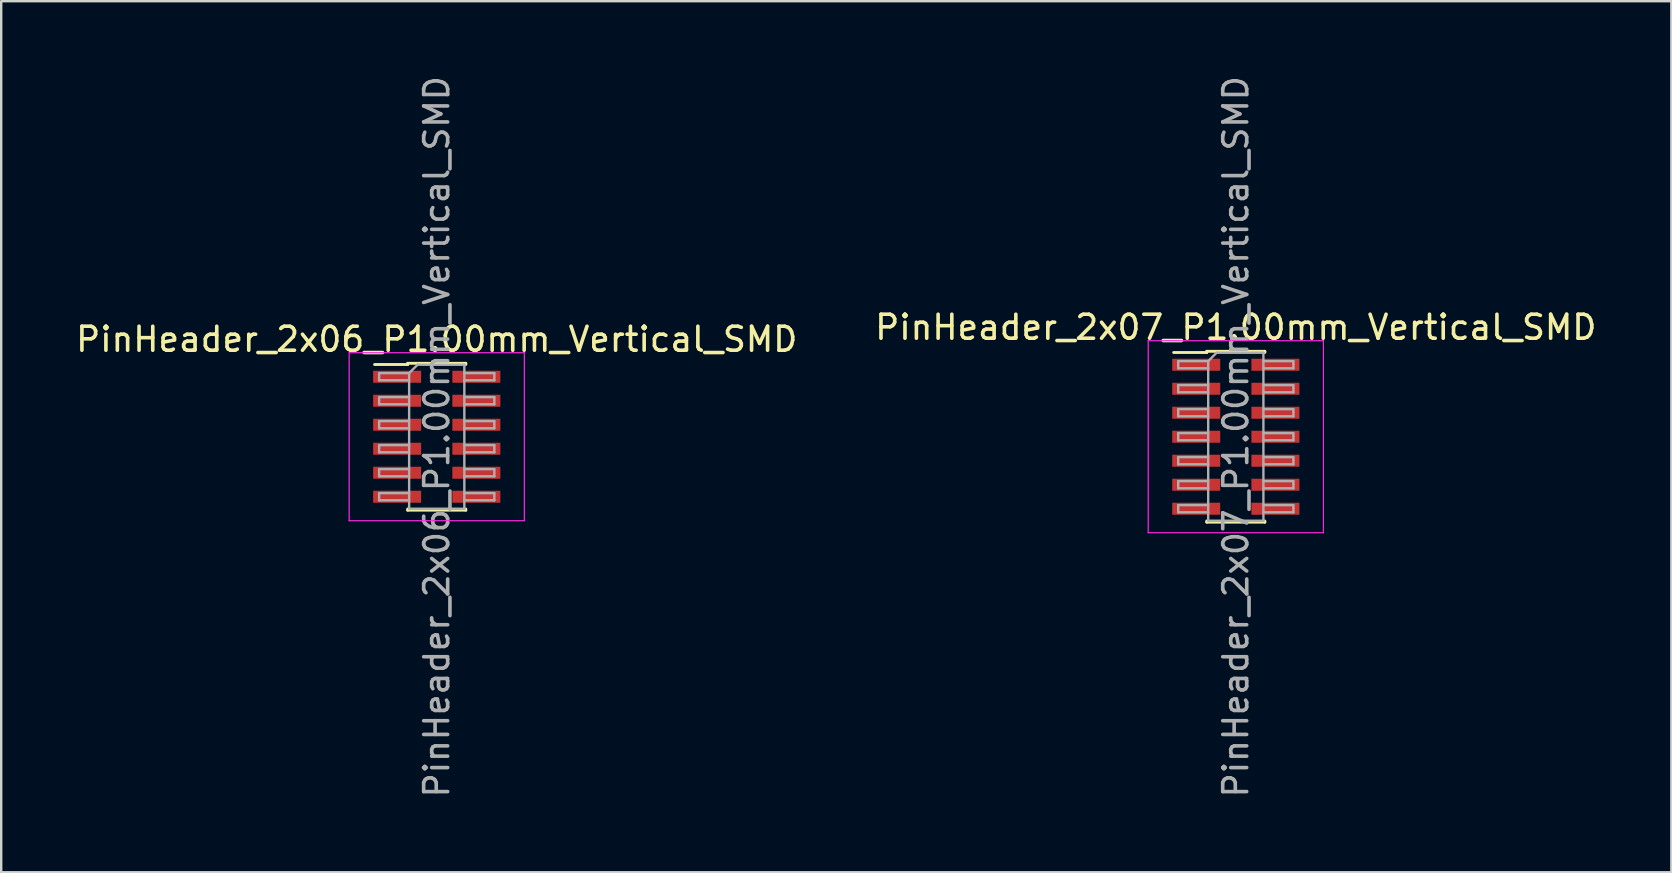
<source format=kicad_pcb>
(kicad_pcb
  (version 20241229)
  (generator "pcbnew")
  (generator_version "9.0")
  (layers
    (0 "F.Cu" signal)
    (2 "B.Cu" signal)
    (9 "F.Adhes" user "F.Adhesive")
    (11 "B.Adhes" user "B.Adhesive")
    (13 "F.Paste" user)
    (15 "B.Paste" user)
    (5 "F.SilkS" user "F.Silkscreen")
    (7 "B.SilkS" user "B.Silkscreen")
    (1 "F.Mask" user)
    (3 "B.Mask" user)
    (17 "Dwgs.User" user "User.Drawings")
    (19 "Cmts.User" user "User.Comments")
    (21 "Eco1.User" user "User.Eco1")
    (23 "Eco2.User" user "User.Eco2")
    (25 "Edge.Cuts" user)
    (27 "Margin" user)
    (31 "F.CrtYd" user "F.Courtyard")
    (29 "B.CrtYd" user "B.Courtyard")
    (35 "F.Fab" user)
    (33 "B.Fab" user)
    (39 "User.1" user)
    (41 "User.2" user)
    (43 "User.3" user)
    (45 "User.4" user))
  (footprint "PinHeader_2x07_P1.00mm_Vertical_SMD"
    (layer "F.Cu")
    (at 48.446 15.149)
    (property "Reference" "PinHeader_2x07_P1.00mm_Vertical_SMD" (at 0 -4.56 0) (layer "F.SilkS") (effects (font (size 1 1) (thickness 0.15))))
    (attr smd)
    (fp_line (start -2.59 -3.51) (end -1.21 -3.51) (stroke (width 0.12) (type solid)) (layer "F.SilkS"))
    (fp_line (start -1.21 -3.56) (end -1.21 -3.51) (stroke (width 0.12) (type solid)) (layer "F.SilkS"))
    (fp_line (start -1.21 -3.56) (end 1.21 -3.56) (stroke (width 0.12) (type solid)) (layer "F.SilkS"))
    (fp_line (start -1.21 3.51) (end -1.21 3.56) (stroke (width 0.12) (type solid)) (layer "F.SilkS"))
    (fp_line (start -1.21 3.56) (end 1.21 3.56) (stroke (width 0.12) (type solid)) (layer "F.SilkS"))
    (fp_line (start 1.21 -3.56) (end 1.21 -3.51) (stroke (width 0.12) (type solid)) (layer "F.SilkS"))
    (fp_line (start 1.21 3.51) (end 1.21 3.56) (stroke (width 0.12) (type solid)) (layer "F.SilkS"))
    (fp_line (start -3.65 -4) (end -3.65 4) (stroke (width 0.05) (type solid)) (layer "F.CrtYd"))
    (fp_line (start -3.65 4) (end 3.65 4) (stroke (width 0.05) (type solid)) (layer "F.CrtYd"))
    (fp_line (start 3.65 -4) (end -3.65 -4) (stroke (width 0.05) (type solid)) (layer "F.CrtYd"))
    (fp_line (start 3.65 4) (end 3.65 -4) (stroke (width 0.05) (type solid)) (layer "F.CrtYd"))
    (fp_line (start -2.4 -3.15) (end -2.4 -2.85) (stroke (width 0.1) (type solid)) (layer "F.Fab"))
    (fp_line (start -2.4 -2.85) (end -1.15 -2.85) (stroke (width 0.1) (type solid)) (layer "F.Fab"))
    (fp_line (start -2.4 -2.15) (end -2.4 -1.85) (stroke (width 0.1) (type solid)) (layer "F.Fab"))
    (fp_line (start -2.4 -1.85) (end -1.15 -1.85) (stroke (width 0.1) (type solid)) (layer "F.Fab"))
    (fp_line (start -2.4 -1.15) (end -2.4 -0.85) (stroke (width 0.1) (type solid)) (layer "F.Fab"))
    (fp_line (start -2.4 -0.85) (end -1.15 -0.85) (stroke (width 0.1) (type solid)) (layer "F.Fab"))
    (fp_line (start -2.4 -0.15) (end -2.4 0.15) (stroke (width 0.1) (type solid)) (layer "F.Fab"))
    (fp_line (start -2.4 0.15) (end -1.15 0.15) (stroke (width 0.1) (type solid)) (layer "F.Fab"))
    (fp_line (start -2.4 0.85) (end -2.4 1.15) (stroke (width 0.1) (type solid)) (layer "F.Fab"))
    (fp_line (start -2.4 1.15) (end -1.15 1.15) (stroke (width 0.1) (type solid)) (layer "F.Fab"))
    (fp_line (start -2.4 1.85) (end -2.4 2.15) (stroke (width 0.1) (type solid)) (layer "F.Fab"))
    (fp_line (start -2.4 2.15) (end -1.15 2.15) (stroke (width 0.1) (type solid)) (layer "F.Fab"))
    (fp_line (start -2.4 2.85) (end -2.4 3.15) (stroke (width 0.1) (type solid)) (layer "F.Fab"))
    (fp_line (start -2.4 3.15) (end -1.15 3.15) (stroke (width 0.1) (type solid)) (layer "F.Fab"))
    (fp_line (start -1.15 -3.15) (end -2.4 -3.15) (stroke (width 0.1) (type solid)) (layer "F.Fab"))
    (fp_line (start -1.15 -3.15) (end -0.8 -3.5) (stroke (width 0.1) (type solid)) (layer "F.Fab"))
    (fp_line (start -1.15 -2.15) (end -2.4 -2.15) (stroke (width 0.1) (type solid)) (layer "F.Fab"))
    (fp_line (start -1.15 -1.15) (end -2.4 -1.15) (stroke (width 0.1) (type solid)) (layer "F.Fab"))
    (fp_line (start -1.15 -0.15) (end -2.4 -0.15) (stroke (width 0.1) (type solid)) (layer "F.Fab"))
    (fp_line (start -1.15 0.85) (end -2.4 0.85) (stroke (width 0.1) (type solid)) (layer "F.Fab"))
    (fp_line (start -1.15 1.85) (end -2.4 1.85) (stroke (width 0.1) (type solid)) (layer "F.Fab"))
    (fp_line (start -1.15 2.85) (end -2.4 2.85) (stroke (width 0.1) (type solid)) (layer "F.Fab"))
    (fp_line (start -1.15 3.5) (end -1.15 -3.15) (stroke (width 0.1) (type solid)) (layer "F.Fab"))
    (fp_line (start -0.8 -3.5) (end 1.15 -3.5) (stroke (width 0.1) (type solid)) (layer "F.Fab"))
    (fp_line (start 1.15 -3.5) (end 1.15 3.5) (stroke (width 0.1) (type solid)) (layer "F.Fab"))
    (fp_line (start 1.15 -3.15) (end 2.4 -3.15) (stroke (width 0.1) (type solid)) (layer "F.Fab"))
    (fp_line (start 1.15 -2.15) (end 2.4 -2.15) (stroke (width 0.1) (type solid)) (layer "F.Fab"))
    (fp_line (start 1.15 -1.15) (end 2.4 -1.15) (stroke (width 0.1) (type solid)) (layer "F.Fab"))
    (fp_line (start 1.15 -0.15) (end 2.4 -0.15) (stroke (width 0.1) (type solid)) (layer "F.Fab"))
    (fp_line (start 1.15 0.85) (end 2.4 0.85) (stroke (width 0.1) (type solid)) (layer "F.Fab"))
    (fp_line (start 1.15 1.85) (end 2.4 1.85) (stroke (width 0.1) (type solid)) (layer "F.Fab"))
    (fp_line (start 1.15 2.85) (end 2.4 2.85) (stroke (width 0.1) (type solid)) (layer "F.Fab"))
    (fp_line (start 1.15 3.5) (end -1.15 3.5) (stroke (width 0.1) (type solid)) (layer "F.Fab"))
    (fp_line (start 2.4 -3.15) (end 2.4 -2.85) (stroke (width 0.1) (type solid)) (layer "F.Fab"))
    (fp_line (start 2.4 -2.85) (end 1.15 -2.85) (stroke (width 0.1) (type solid)) (layer "F.Fab"))
    (fp_line (start 2.4 -2.15) (end 2.4 -1.85) (stroke (width 0.1) (type solid)) (layer "F.Fab"))
    (fp_line (start 2.4 -1.85) (end 1.15 -1.85) (stroke (width 0.1) (type solid)) (layer "F.Fab"))
    (fp_line (start 2.4 -1.15) (end 2.4 -0.85) (stroke (width 0.1) (type solid)) (layer "F.Fab"))
    (fp_line (start 2.4 -0.85) (end 1.15 -0.85) (stroke (width 0.1) (type solid)) (layer "F.Fab"))
    (fp_line (start 2.4 -0.15) (end 2.4 0.15) (stroke (width 0.1) (type solid)) (layer "F.Fab"))
    (fp_line (start 2.4 0.15) (end 1.15 0.15) (stroke (width 0.1) (type solid)) (layer "F.Fab"))
    (fp_line (start 2.4 0.85) (end 2.4 1.15) (stroke (width 0.1) (type solid)) (layer "F.Fab"))
    (fp_line (start 2.4 1.15) (end 1.15 1.15) (stroke (width 0.1) (type solid)) (layer "F.Fab"))
    (fp_line (start 2.4 1.85) (end 2.4 2.15) (stroke (width 0.1) (type solid)) (layer "F.Fab"))
    (fp_line (start 2.4 2.15) (end 1.15 2.15) (stroke (width 0.1) (type solid)) (layer "F.Fab"))
    (fp_line (start 2.4 2.85) (end 2.4 3.15) (stroke (width 0.1) (type solid)) (layer "F.Fab"))
    (fp_line (start 2.4 3.15) (end 1.15 3.15) (stroke (width 0.1) (type solid)) (layer "F.Fab"))
    (fp_text user "${REFERENCE}" (at 0 0 90) (layer "F.Fab") (effects (font (size 1 1) (thickness 0.15))))
    (pad "1" smd rect (at -1.65 -3) (size 2 0.5) (layers "F.Cu" "F.Mask" "F.Paste"))
    (pad "2" smd rect (at 1.65 -3) (size 2 0.5) (layers "F.Cu" "F.Mask" "F.Paste"))
    (pad "3" smd rect (at -1.65 -2) (size 2 0.5) (layers "F.Cu" "F.Mask" "F.Paste"))
    (pad "4" smd rect (at 1.65 -2) (size 2 0.5) (layers "F.Cu" "F.Mask" "F.Paste"))
    (pad "5" smd rect (at -1.65 -1) (size 2 0.5) (layers "F.Cu" "F.Mask" "F.Paste"))
    (pad "6" smd rect (at 1.65 -1) (size 2 0.5) (layers "F.Cu" "F.Mask" "F.Paste"))
    (pad "7" smd rect (at -1.65 0) (size 2 0.5) (layers "F.Cu" "F.Mask" "F.Paste"))
    (pad "8" smd rect (at 1.65 0) (size 2 0.5) (layers "F.Cu" "F.Mask" "F.Paste"))
    (pad "9" smd rect (at -1.65 1) (size 2 0.5) (layers "F.Cu" "F.Mask" "F.Paste"))
    (pad "10" smd rect (at 1.65 1) (size 2 0.5) (layers "F.Cu" "F.Mask" "F.Paste"))
    (pad "11" smd rect (at -1.65 2) (size 2 0.5) (layers "F.Cu" "F.Mask" "F.Paste"))
    (pad "12" smd rect (at 1.65 2) (size 2 0.5) (layers "F.Cu" "F.Mask" "F.Paste"))
    (pad "13" smd rect (at -1.65 3) (size 2 0.5) (layers "F.Cu" "F.Mask" "F.Paste"))
    (pad "14" smd rect (at 1.65 3) (size 2 0.5) (layers "F.Cu" "F.Mask" "F.Paste")))
  (footprint "PinHeader_2x06_P1.00mm_Vertical_SMD"
    (layer "F.Cu")
    (at 15.149 15.149)
    (property "Reference" "PinHeader_2x06_P1.00mm_Vertical_SMD" (at 0 -4.06 0) (layer "F.SilkS") (effects (font (size 1 1) (thickness 0.15))))
    (attr smd)
    (fp_line (start -2.59 -3.01) (end -1.21 -3.01) (stroke (width 0.12) (type solid)) (layer "F.SilkS"))
    (fp_line (start -1.21 -3.06) (end -1.21 -3.01) (stroke (width 0.12) (type solid)) (layer "F.SilkS"))
    (fp_line (start -1.21 -3.06) (end 1.21 -3.06) (stroke (width 0.12) (type solid)) (layer "F.SilkS"))
    (fp_line (start -1.21 3.01) (end -1.21 3.06) (stroke (width 0.12) (type solid)) (layer "F.SilkS"))
    (fp_line (start -1.21 3.06) (end 1.21 3.06) (stroke (width 0.12) (type solid)) (layer "F.SilkS"))
    (fp_line (start 1.21 -3.06) (end 1.21 -3.01) (stroke (width 0.12) (type solid)) (layer "F.SilkS"))
    (fp_line (start 1.21 3.01) (end 1.21 3.06) (stroke (width 0.12) (type solid)) (layer "F.SilkS"))
    (fp_line (start -3.65 -3.5) (end -3.65 3.5) (stroke (width 0.05) (type solid)) (layer "F.CrtYd"))
    (fp_line (start -3.65 3.5) (end 3.65 3.5) (stroke (width 0.05) (type solid)) (layer "F.CrtYd"))
    (fp_line (start 3.65 -3.5) (end -3.65 -3.5) (stroke (width 0.05) (type solid)) (layer "F.CrtYd"))
    (fp_line (start 3.65 3.5) (end 3.65 -3.5) (stroke (width 0.05) (type solid)) (layer "F.CrtYd"))
    (fp_line (start -2.4 -2.65) (end -2.4 -2.35) (stroke (width 0.1) (type solid)) (layer "F.Fab"))
    (fp_line (start -2.4 -2.35) (end -1.15 -2.35) (stroke (width 0.1) (type solid)) (layer "F.Fab"))
    (fp_line (start -2.4 -1.65) (end -2.4 -1.35) (stroke (width 0.1) (type solid)) (layer "F.Fab"))
    (fp_line (start -2.4 -1.35) (end -1.15 -1.35) (stroke (width 0.1) (type solid)) (layer "F.Fab"))
    (fp_line (start -2.4 -0.65) (end -2.4 -0.35) (stroke (width 0.1) (type solid)) (layer "F.Fab"))
    (fp_line (start -2.4 -0.35) (end -1.15 -0.35) (stroke (width 0.1) (type solid)) (layer "F.Fab"))
    (fp_line (start -2.4 0.35) (end -2.4 0.65) (stroke (width 0.1) (type solid)) (layer "F.Fab"))
    (fp_line (start -2.4 0.65) (end -1.15 0.65) (stroke (width 0.1) (type solid)) (layer "F.Fab"))
    (fp_line (start -2.4 1.35) (end -2.4 1.65) (stroke (width 0.1) (type solid)) (layer "F.Fab"))
    (fp_line (start -2.4 1.65) (end -1.15 1.65) (stroke (width 0.1) (type solid)) (layer "F.Fab"))
    (fp_line (start -2.4 2.35) (end -2.4 2.65) (stroke (width 0.1) (type solid)) (layer "F.Fab"))
    (fp_line (start -2.4 2.65) (end -1.15 2.65) (stroke (width 0.1) (type solid)) (layer "F.Fab"))
    (fp_line (start -1.15 -2.65) (end -2.4 -2.65) (stroke (width 0.1) (type solid)) (layer "F.Fab"))
    (fp_line (start -1.15 -2.65) (end -0.8 -3) (stroke (width 0.1) (type solid)) (layer "F.Fab"))
    (fp_line (start -1.15 -1.65) (end -2.4 -1.65) (stroke (width 0.1) (type solid)) (layer "F.Fab"))
    (fp_line (start -1.15 -0.65) (end -2.4 -0.65) (stroke (width 0.1) (type solid)) (layer "F.Fab"))
    (fp_line (start -1.15 0.35) (end -2.4 0.35) (stroke (width 0.1) (type solid)) (layer "F.Fab"))
    (fp_line (start -1.15 1.35) (end -2.4 1.35) (stroke (width 0.1) (type solid)) (layer "F.Fab"))
    (fp_line (start -1.15 2.35) (end -2.4 2.35) (stroke (width 0.1) (type solid)) (layer "F.Fab"))
    (fp_line (start -1.15 3) (end -1.15 -2.65) (stroke (width 0.1) (type solid)) (layer "F.Fab"))
    (fp_line (start -0.8 -3) (end 1.15 -3) (stroke (width 0.1) (type solid)) (layer "F.Fab"))
    (fp_line (start 1.15 -3) (end 1.15 3) (stroke (width 0.1) (type solid)) (layer "F.Fab"))
    (fp_line (start 1.15 -2.65) (end 2.4 -2.65) (stroke (width 0.1) (type solid)) (layer "F.Fab"))
    (fp_line (start 1.15 -1.65) (end 2.4 -1.65) (stroke (width 0.1) (type solid)) (layer "F.Fab"))
    (fp_line (start 1.15 -0.65) (end 2.4 -0.65) (stroke (width 0.1) (type solid)) (layer "F.Fab"))
    (fp_line (start 1.15 0.35) (end 2.4 0.35) (stroke (width 0.1) (type solid)) (layer "F.Fab"))
    (fp_line (start 1.15 1.35) (end 2.4 1.35) (stroke (width 0.1) (type solid)) (layer "F.Fab"))
    (fp_line (start 1.15 2.35) (end 2.4 2.35) (stroke (width 0.1) (type solid)) (layer "F.Fab"))
    (fp_line (start 1.15 3) (end -1.15 3) (stroke (width 0.1) (type solid)) (layer "F.Fab"))
    (fp_line (start 2.4 -2.65) (end 2.4 -2.35) (stroke (width 0.1) (type solid)) (layer "F.Fab"))
    (fp_line (start 2.4 -2.35) (end 1.15 -2.35) (stroke (width 0.1) (type solid)) (layer "F.Fab"))
    (fp_line (start 2.4 -1.65) (end 2.4 -1.35) (stroke (width 0.1) (type solid)) (layer "F.Fab"))
    (fp_line (start 2.4 -1.35) (end 1.15 -1.35) (stroke (width 0.1) (type solid)) (layer "F.Fab"))
    (fp_line (start 2.4 -0.65) (end 2.4 -0.35) (stroke (width 0.1) (type solid)) (layer "F.Fab"))
    (fp_line (start 2.4 -0.35) (end 1.15 -0.35) (stroke (width 0.1) (type solid)) (layer "F.Fab"))
    (fp_line (start 2.4 0.35) (end 2.4 0.65) (stroke (width 0.1) (type solid)) (layer "F.Fab"))
    (fp_line (start 2.4 0.65) (end 1.15 0.65) (stroke (width 0.1) (type solid)) (layer "F.Fab"))
    (fp_line (start 2.4 1.35) (end 2.4 1.65) (stroke (width 0.1) (type solid)) (layer "F.Fab"))
    (fp_line (start 2.4 1.65) (end 1.15 1.65) (stroke (width 0.1) (type solid)) (layer "F.Fab"))
    (fp_line (start 2.4 2.35) (end 2.4 2.65) (stroke (width 0.1) (type solid)) (layer "F.Fab"))
    (fp_line (start 2.4 2.65) (end 1.15 2.65) (stroke (width 0.1) (type solid)) (layer "F.Fab"))
    (fp_text user "${REFERENCE}" (at 0 0 90) (layer "F.Fab") (effects (font (size 1 1) (thickness 0.15))))
    (pad "1" smd rect (at -1.65 -2.5) (size 2 0.5) (layers "F.Cu" "F.Mask" "F.Paste"))
    (pad "2" smd rect (at 1.65 -2.5) (size 2 0.5) (layers "F.Cu" "F.Mask" "F.Paste"))
    (pad "3" smd rect (at -1.65 -1.5) (size 2 0.5) (layers "F.Cu" "F.Mask" "F.Paste"))
    (pad "4" smd rect (at 1.65 -1.5) (size 2 0.5) (layers "F.Cu" "F.Mask" "F.Paste"))
    (pad "5" smd rect (at -1.65 -0.5) (size 2 0.5) (layers "F.Cu" "F.Mask" "F.Paste"))
    (pad "6" smd rect (at 1.65 -0.5) (size 2 0.5) (layers "F.Cu" "F.Mask" "F.Paste"))
    (pad "7" smd rect (at -1.65 0.5) (size 2 0.5) (layers "F.Cu" "F.Mask" "F.Paste"))
    (pad "8" smd rect (at 1.65 0.5) (size 2 0.5) (layers "F.Cu" "F.Mask" "F.Paste"))
    (pad "9" smd rect (at -1.65 1.5) (size 2 0.5) (layers "F.Cu" "F.Mask" "F.Paste"))
    (pad "10" smd rect (at 1.65 1.5) (size 2 0.5) (layers "F.Cu" "F.Mask" "F.Paste"))
    (pad "11" smd rect (at -1.65 2.5) (size 2 0.5) (layers "F.Cu" "F.Mask" "F.Paste"))
    (pad "12" smd rect (at 1.65 2.5) (size 2 0.5) (layers "F.Cu" "F.Mask" "F.Paste")))
  (gr_rect
    (start -3 -3)
    (end 66.595 33.298)
    (stroke (width 0.1) (type default))
    (fill no)
    (layer "Edge.Cuts")))
</source>
